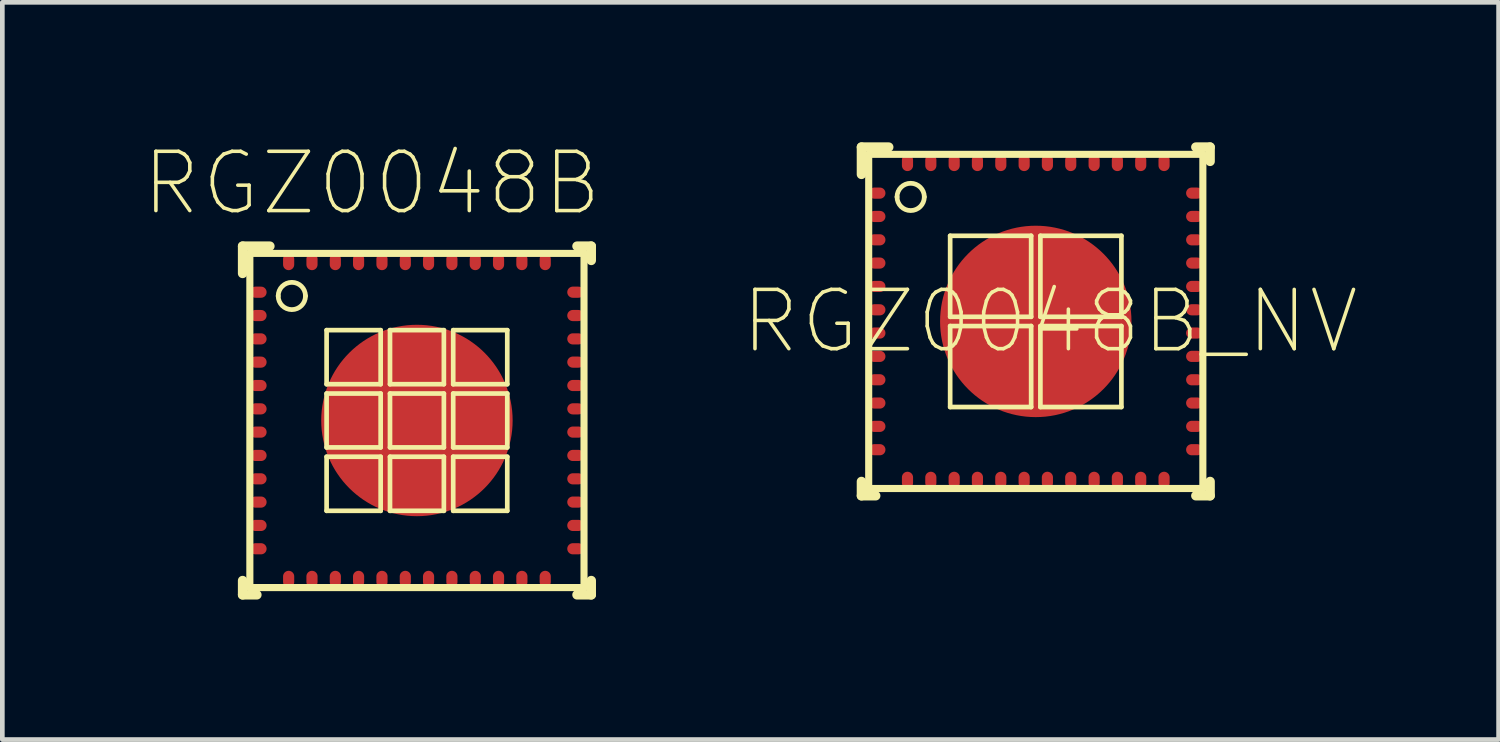
<source format=kicad_pcb>
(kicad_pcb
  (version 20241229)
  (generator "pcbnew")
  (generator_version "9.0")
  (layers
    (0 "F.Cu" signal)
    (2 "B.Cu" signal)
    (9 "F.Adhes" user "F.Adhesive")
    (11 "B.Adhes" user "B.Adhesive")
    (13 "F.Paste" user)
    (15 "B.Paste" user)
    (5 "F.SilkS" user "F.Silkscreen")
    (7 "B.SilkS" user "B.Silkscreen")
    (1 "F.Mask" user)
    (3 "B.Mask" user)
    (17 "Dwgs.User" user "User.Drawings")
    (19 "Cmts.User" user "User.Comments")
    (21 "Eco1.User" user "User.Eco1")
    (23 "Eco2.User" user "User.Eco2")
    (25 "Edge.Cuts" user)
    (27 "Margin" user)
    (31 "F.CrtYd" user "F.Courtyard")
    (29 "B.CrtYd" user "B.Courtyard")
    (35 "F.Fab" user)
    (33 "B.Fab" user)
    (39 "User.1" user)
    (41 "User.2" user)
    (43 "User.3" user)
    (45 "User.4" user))
  (footprint "RGZ0048B"
    (layer "F.Cu")
    (at 5.881 5.957)
    (property "Reference" "RGZ0048B" (at -0.965 -5.08 0) (layer "F.SilkS") (effects (font (size 1.27 1.27) (thickness 0.076))))
    (attr smd)
    (fp_line (start -3.734 -3.734) (end -3.15 -3.734) (stroke (width 0.203) (type solid)) (layer "F.SilkS"))
    (fp_line (start -3.734 -3.15) (end -3.734 -3.734) (stroke (width 0.203) (type solid)) (layer "F.SilkS"))
    (fp_line (start -3.734 3.734) (end -3.734 3.429) (stroke (width 0.203) (type solid)) (layer "F.SilkS"))
    (fp_line (start -3.734 3.734) (end -3.429 3.734) (stroke (width 0.203) (type solid)) (layer "F.SilkS"))
    (fp_line (start -3.579 -3.579) (end 3.579 -3.579) (stroke (width 0.152) (type solid)) (layer "F.SilkS"))
    (fp_line (start -3.579 3.579) (end -3.579 -3.579) (stroke (width 0.152) (type solid)) (layer "F.SilkS"))
    (fp_line (start -3.579 3.579) (end 3.579 3.579) (stroke (width 0.152) (type solid)) (layer "F.SilkS"))
    (fp_line (start -1.935 -1.935) (end -1.935 -0.777) (stroke (width 0.1) (type solid)) (layer "F.SilkS"))
    (fp_line (start -1.935 -0.777) (end -0.777 -0.777) (stroke (width 0.1) (type solid)) (layer "F.SilkS"))
    (fp_line (start -1.935 -0.577) (end -1.935 0.577) (stroke (width 0.1) (type solid)) (layer "F.SilkS"))
    (fp_line (start -1.935 0.577) (end -0.777 0.577) (stroke (width 0.1) (type solid)) (layer "F.SilkS"))
    (fp_line (start -1.935 0.777) (end -1.935 1.935) (stroke (width 0.1) (type solid)) (layer "F.SilkS"))
    (fp_line (start -1.935 1.935) (end -0.777 1.935) (stroke (width 0.1) (type solid)) (layer "F.SilkS"))
    (fp_line (start -0.777 -1.935) (end -1.935 -1.935) (stroke (width 0.1) (type solid)) (layer "F.SilkS"))
    (fp_line (start -0.777 -0.777) (end -0.777 -1.935) (stroke (width 0.1) (type solid)) (layer "F.SilkS"))
    (fp_line (start -0.777 -0.577) (end -1.935 -0.577) (stroke (width 0.1) (type solid)) (layer "F.SilkS"))
    (fp_line (start -0.777 0.577) (end -0.777 -0.577) (stroke (width 0.1) (type solid)) (layer "F.SilkS"))
    (fp_line (start -0.777 0.777) (end -1.935 0.777) (stroke (width 0.1) (type solid)) (layer "F.SilkS"))
    (fp_line (start -0.777 1.935) (end -0.777 0.777) (stroke (width 0.1) (type solid)) (layer "F.SilkS"))
    (fp_line (start -0.577 -1.935) (end -0.577 -0.777) (stroke (width 0.1) (type solid)) (layer "F.SilkS"))
    (fp_line (start -0.577 -0.777) (end 0.577 -0.777) (stroke (width 0.1) (type solid)) (layer "F.SilkS"))
    (fp_line (start -0.577 -0.577) (end -0.577 0.577) (stroke (width 0.1) (type solid)) (layer "F.SilkS"))
    (fp_line (start -0.577 0.577) (end 0.577 0.577) (stroke (width 0.1) (type solid)) (layer "F.SilkS"))
    (fp_line (start -0.577 0.777) (end -0.577 1.935) (stroke (width 0.1) (type solid)) (layer "F.SilkS"))
    (fp_line (start -0.577 1.935) (end 0.577 1.935) (stroke (width 0.1) (type solid)) (layer "F.SilkS"))
    (fp_line (start 0.577 -1.935) (end -0.577 -1.935) (stroke (width 0.1) (type solid)) (layer "F.SilkS"))
    (fp_line (start 0.577 -0.777) (end 0.577 -1.935) (stroke (width 0.1) (type solid)) (layer "F.SilkS"))
    (fp_line (start 0.577 -0.577) (end -0.577 -0.577) (stroke (width 0.1) (type solid)) (layer "F.SilkS"))
    (fp_line (start 0.577 0.577) (end 0.577 -0.577) (stroke (width 0.1) (type solid)) (layer "F.SilkS"))
    (fp_line (start 0.577 0.777) (end -0.577 0.777) (stroke (width 0.1) (type solid)) (layer "F.SilkS"))
    (fp_line (start 0.577 1.935) (end 0.577 0.777) (stroke (width 0.1) (type solid)) (layer "F.SilkS"))
    (fp_line (start 0.777 -1.935) (end 0.777 -0.777) (stroke (width 0.1) (type solid)) (layer "F.SilkS"))
    (fp_line (start 0.777 -0.777) (end 1.935 -0.777) (stroke (width 0.1) (type solid)) (layer "F.SilkS"))
    (fp_line (start 0.777 -0.577) (end 0.777 0.577) (stroke (width 0.1) (type solid)) (layer "F.SilkS"))
    (fp_line (start 0.777 0.577) (end 1.935 0.577) (stroke (width 0.1) (type solid)) (layer "F.SilkS"))
    (fp_line (start 0.777 0.777) (end 0.777 1.935) (stroke (width 0.1) (type solid)) (layer "F.SilkS"))
    (fp_line (start 0.777 1.935) (end 1.935 1.935) (stroke (width 0.1) (type solid)) (layer "F.SilkS"))
    (fp_line (start 1.935 -1.935) (end 0.777 -1.935) (stroke (width 0.1) (type solid)) (layer "F.SilkS"))
    (fp_line (start 1.935 -0.777) (end 1.935 -1.935) (stroke (width 0.1) (type solid)) (layer "F.SilkS"))
    (fp_line (start 1.935 -0.577) (end 0.777 -0.577) (stroke (width 0.1) (type solid)) (layer "F.SilkS"))
    (fp_line (start 1.935 0.577) (end 1.935 -0.577) (stroke (width 0.1) (type solid)) (layer "F.SilkS"))
    (fp_line (start 1.935 0.777) (end 0.777 0.777) (stroke (width 0.1) (type solid)) (layer "F.SilkS"))
    (fp_line (start 1.935 1.935) (end 1.935 0.777) (stroke (width 0.1) (type solid)) (layer "F.SilkS"))
    (fp_line (start 3.429 -3.734) (end 3.734 -3.734) (stroke (width 0.203) (type solid)) (layer "F.SilkS"))
    (fp_line (start 3.429 3.734) (end 3.734 3.734) (stroke (width 0.203) (type solid)) (layer "F.SilkS"))
    (fp_line (start 3.579 3.579) (end 3.579 -3.579) (stroke (width 0.152) (type solid)) (layer "F.SilkS"))
    (fp_line (start 3.734 -3.429) (end 3.734 -3.734) (stroke (width 0.203) (type solid)) (layer "F.SilkS"))
    (fp_line (start 3.734 3.734) (end 3.734 3.429) (stroke (width 0.203) (type solid)) (layer "F.SilkS"))
    (fp_arc (start -2.9718 -2.667) (mid -2.6797 -2.9591) (end -2.3876 -2.667) (stroke (width 0.1016) (type solid)) (layer "F.SilkS"))
    (fp_arc (start -2.3876 -2.667) (mid -2.6797 -2.3749) (end -2.9718 -2.667) (stroke (width 0.1016) (type solid)) (layer "F.SilkS"))
    (pad "1" smd oval (at -3.399 -2.748 180) (size 0.358 0.239) (layers "F.Cu" "F.Mask" "F.Paste"))
    (pad "2" smd oval (at -3.399 -2.248 180) (size 0.358 0.239) (layers "F.Cu" "F.Mask" "F.Paste"))
    (pad "3" smd oval (at -3.399 -1.748 180) (size 0.358 0.239) (layers "F.Cu" "F.Mask" "F.Paste"))
    (pad "4" smd oval (at -3.399 -1.25 180) (size 0.358 0.239) (layers "F.Cu" "F.Mask" "F.Paste"))
    (pad "5" smd oval (at -3.399 -0.749 180) (size 0.358 0.239) (layers "F.Cu" "F.Mask" "F.Paste"))
    (pad "6" smd oval (at -3.399 -0.249 180) (size 0.358 0.239) (layers "F.Cu" "F.Mask" "F.Paste"))
    (pad "7" smd oval (at -3.399 0.249 180) (size 0.358 0.239) (layers "F.Cu" "F.Mask" "F.Paste"))
    (pad "8" smd oval (at -3.399 0.749 180) (size 0.358 0.239) (layers "F.Cu" "F.Mask" "F.Paste"))
    (pad "9" smd oval (at -3.399 1.25 180) (size 0.358 0.239) (layers "F.Cu" "F.Mask" "F.Paste"))
    (pad "10" smd oval (at -3.399 1.748 180) (size 0.358 0.239) (layers "F.Cu" "F.Mask" "F.Paste"))
    (pad "11" smd oval (at -3.399 2.248 180) (size 0.358 0.239) (layers "F.Cu" "F.Mask" "F.Paste"))
    (pad "12" smd oval (at -3.399 2.748 180) (size 0.358 0.239) (layers "F.Cu" "F.Mask" "F.Paste"))
    (pad "13" smd oval (at -2.748 3.399 90) (size 0.358 0.239) (layers "F.Cu" "F.Mask" "F.Paste"))
    (pad "14" smd oval (at -2.248 3.399 90) (size 0.358 0.239) (layers "F.Cu" "F.Mask" "F.Paste"))
    (pad "15" smd oval (at -1.748 3.399 90) (size 0.358 0.239) (layers "F.Cu" "F.Mask" "F.Paste"))
    (pad "16" smd oval (at -1.25 3.399 90) (size 0.358 0.239) (layers "F.Cu" "F.Mask" "F.Paste"))
    (pad "17" smd oval (at -0.749 3.399 90) (size 0.358 0.239) (layers "F.Cu" "F.Mask" "F.Paste"))
    (pad "18" smd oval (at -0.249 3.399 90) (size 0.358 0.239) (layers "F.Cu" "F.Mask" "F.Paste"))
    (pad "19" smd oval (at 0.249 3.399 90) (size 0.358 0.239) (layers "F.Cu" "F.Mask" "F.Paste"))
    (pad "20" smd oval (at 0.749 3.399 90) (size 0.358 0.239) (layers "F.Cu" "F.Mask" "F.Paste"))
    (pad "21" smd oval (at 1.25 3.399 90) (size 0.358 0.239) (layers "F.Cu" "F.Mask" "F.Paste"))
    (pad "22" smd oval (at 1.748 3.399 90) (size 0.358 0.239) (layers "F.Cu" "F.Mask" "F.Paste"))
    (pad "23" smd oval (at 2.248 3.399 90) (size 0.358 0.239) (layers "F.Cu" "F.Mask" "F.Paste"))
    (pad "24" smd oval (at 2.748 3.399 90) (size 0.358 0.239) (layers "F.Cu" "F.Mask" "F.Paste"))
    (pad "25" smd oval (at 3.399 2.748 180) (size 0.358 0.239) (layers "F.Cu" "F.Mask" "F.Paste"))
    (pad "26" smd oval (at 3.399 2.248 180) (size 0.358 0.239) (layers "F.Cu" "F.Mask" "F.Paste"))
    (pad "27" smd oval (at 3.399 1.748 180) (size 0.358 0.239) (layers "F.Cu" "F.Mask" "F.Paste"))
    (pad "28" smd oval (at 3.399 1.25 180) (size 0.358 0.239) (layers "F.Cu" "F.Mask" "F.Paste"))
    (pad "29" smd oval (at 3.399 0.749 180) (size 0.358 0.239) (layers "F.Cu" "F.Mask" "F.Paste"))
    (pad "30" smd oval (at 3.399 0.249 180) (size 0.358 0.239) (layers "F.Cu" "F.Mask" "F.Paste"))
    (pad "31" smd oval (at 3.399 -0.249 180) (size 0.358 0.239) (layers "F.Cu" "F.Mask" "F.Paste"))
    (pad "32" smd oval (at 3.399 -0.749 180) (size 0.358 0.239) (layers "F.Cu" "F.Mask" "F.Paste"))
    (pad "33" smd oval (at 3.399 -1.25 180) (size 0.358 0.239) (layers "F.Cu" "F.Mask" "F.Paste"))
    (pad "34" smd oval (at 3.399 -1.748 180) (size 0.358 0.239) (layers "F.Cu" "F.Mask" "F.Paste"))
    (pad "35" smd oval (at 3.399 -2.248 180) (size 0.358 0.239) (layers "F.Cu" "F.Mask" "F.Paste"))
    (pad "36" smd oval (at 3.399 -2.748 180) (size 0.358 0.239) (layers "F.Cu" "F.Mask" "F.Paste"))
    (pad "37" smd oval (at 2.748 -3.399 90) (size 0.358 0.239) (layers "F.Cu" "F.Mask" "F.Paste"))
    (pad "38" smd oval (at 2.248 -3.399 90) (size 0.358 0.239) (layers "F.Cu" "F.Mask" "F.Paste"))
    (pad "39" smd oval (at 1.748 -3.399 90) (size 0.358 0.239) (layers "F.Cu" "F.Mask" "F.Paste"))
    (pad "40" smd oval (at 1.25 -3.399 90) (size 0.358 0.239) (layers "F.Cu" "F.Mask" "F.Paste"))
    (pad "41" smd oval (at 0.749 -3.399 90) (size 0.358 0.239) (layers "F.Cu" "F.Mask" "F.Paste"))
    (pad "42" smd oval (at 0.249 -3.399 90) (size 0.358 0.239) (layers "F.Cu" "F.Mask" "F.Paste"))
    (pad "43" smd oval (at -0.249 -3.399 90) (size 0.358 0.239) (layers "F.Cu" "F.Mask" "F.Paste"))
    (pad "44" smd oval (at -0.749 -3.399 90) (size 0.358 0.239) (layers "F.Cu" "F.Mask" "F.Paste"))
    (pad "45" smd oval (at -1.25 -3.399 90) (size 0.358 0.239) (layers "F.Cu" "F.Mask" "F.Paste"))
    (pad "46" smd oval (at -1.748 -3.399 90) (size 0.358 0.239) (layers "F.Cu" "F.Mask" "F.Paste"))
    (pad "47" smd oval (at -2.248 -3.399 90) (size 0.358 0.239) (layers "F.Cu" "F.Mask" "F.Paste"))
    (pad "48" smd oval (at -2.748 -3.399 90) (size 0.358 0.239) (layers "F.Cu" "F.Mask" "F.Paste"))
    (pad "49" smd oval (at 0 0) (size 4.1 4.1) (layers "F.Cu" "F.Mask" "F.Paste")))
  (footprint "RGZ0048B_NV"
    (layer "F.Cu")
    (at 19.137 3.835)
    (property "Reference" "RGZ0048B_NV" (at 0.305 0 0) (layer "F.SilkS") (effects (font (size 1.27 1.27) (thickness 0.076))))
    (attr smd)
    (fp_line (start -3.734 -3.734) (end -3.15 -3.734) (stroke (width 0.203) (type solid)) (layer "F.SilkS"))
    (fp_line (start -3.734 -3.15) (end -3.734 -3.734) (stroke (width 0.203) (type solid)) (layer "F.SilkS"))
    (fp_line (start -3.734 3.734) (end -3.734 3.429) (stroke (width 0.203) (type solid)) (layer "F.SilkS"))
    (fp_line (start -3.734 3.734) (end -3.429 3.734) (stroke (width 0.203) (type solid)) (layer "F.SilkS"))
    (fp_line (start -3.579 -3.579) (end 3.579 -3.579) (stroke (width 0.152) (type solid)) (layer "F.SilkS"))
    (fp_line (start -3.579 3.579) (end -3.579 -3.579) (stroke (width 0.152) (type solid)) (layer "F.SilkS"))
    (fp_line (start -3.579 3.579) (end 3.579 3.579) (stroke (width 0.152) (type solid)) (layer "F.SilkS"))
    (fp_line (start -1.834 -1.834) (end -1.834 -0.099) (stroke (width 0.1) (type solid)) (layer "F.SilkS"))
    (fp_line (start -1.834 -0.099) (end -0.099 -0.099) (stroke (width 0.1) (type solid)) (layer "F.SilkS"))
    (fp_line (start -1.834 0.099) (end -1.834 1.834) (stroke (width 0.1) (type solid)) (layer "F.SilkS"))
    (fp_line (start -1.834 1.834) (end -0.099 1.834) (stroke (width 0.1) (type solid)) (layer "F.SilkS"))
    (fp_line (start -0.099 -1.834) (end -1.834 -1.834) (stroke (width 0.1) (type solid)) (layer "F.SilkS"))
    (fp_line (start -0.099 -0.099) (end -0.099 -1.834) (stroke (width 0.1) (type solid)) (layer "F.SilkS"))
    (fp_line (start -0.099 0.099) (end -1.834 0.099) (stroke (width 0.1) (type solid)) (layer "F.SilkS"))
    (fp_line (start -0.099 1.834) (end -0.099 0.099) (stroke (width 0.1) (type solid)) (layer "F.SilkS"))
    (fp_line (start 0.099 -1.834) (end 0.099 -0.099) (stroke (width 0.1) (type solid)) (layer "F.SilkS"))
    (fp_line (start 0.099 -0.099) (end 1.834 -0.099) (stroke (width 0.1) (type solid)) (layer "F.SilkS"))
    (fp_line (start 0.099 0.099) (end 0.099 1.834) (stroke (width 0.1) (type solid)) (layer "F.SilkS"))
    (fp_line (start 0.099 1.834) (end 1.834 1.834) (stroke (width 0.1) (type solid)) (layer "F.SilkS"))
    (fp_line (start 1.834 -1.834) (end 0.099 -1.834) (stroke (width 0.1) (type solid)) (layer "F.SilkS"))
    (fp_line (start 1.834 -0.099) (end 1.834 -1.834) (stroke (width 0.1) (type solid)) (layer "F.SilkS"))
    (fp_line (start 1.834 0.099) (end 0.099 0.099) (stroke (width 0.1) (type solid)) (layer "F.SilkS"))
    (fp_line (start 1.834 1.834) (end 1.834 0.099) (stroke (width 0.1) (type solid)) (layer "F.SilkS"))
    (fp_line (start 3.429 -3.734) (end 3.734 -3.734) (stroke (width 0.203) (type solid)) (layer "F.SilkS"))
    (fp_line (start 3.429 3.734) (end 3.734 3.734) (stroke (width 0.203) (type solid)) (layer "F.SilkS"))
    (fp_line (start 3.579 3.579) (end 3.579 -3.579) (stroke (width 0.152) (type solid)) (layer "F.SilkS"))
    (fp_line (start 3.734 -3.429) (end 3.734 -3.734) (stroke (width 0.203) (type solid)) (layer "F.SilkS"))
    (fp_line (start 3.734 3.734) (end 3.734 3.429) (stroke (width 0.203) (type solid)) (layer "F.SilkS"))
    (fp_arc (start -2.9718 -2.667) (mid -2.6797 -2.9591) (end -2.3876 -2.667) (stroke (width 0.1016) (type solid)) (layer "F.SilkS"))
    (fp_arc (start -2.3876 -2.667) (mid -2.6797 -2.3749) (end -2.9718 -2.667) (stroke (width 0.1016) (type solid)) (layer "F.SilkS"))
    (pad "1" smd oval (at -3.399 -2.748 180) (size 0.358 0.239) (layers "F.Cu" "F.Mask" "F.Paste"))
    (pad "2" smd oval (at -3.399 -2.248 180) (size 0.358 0.239) (layers "F.Cu" "F.Mask" "F.Paste"))
    (pad "3" smd oval (at -3.399 -1.748 180) (size 0.358 0.239) (layers "F.Cu" "F.Mask" "F.Paste"))
    (pad "4" smd oval (at -3.399 -1.25 180) (size 0.358 0.239) (layers "F.Cu" "F.Mask" "F.Paste"))
    (pad "5" smd oval (at -3.399 -0.749 180) (size 0.358 0.239) (layers "F.Cu" "F.Mask" "F.Paste"))
    (pad "6" smd oval (at -3.399 -0.249 180) (size 0.358 0.239) (layers "F.Cu" "F.Mask" "F.Paste"))
    (pad "7" smd oval (at -3.399 0.249 180) (size 0.358 0.239) (layers "F.Cu" "F.Mask" "F.Paste"))
    (pad "8" smd oval (at -3.399 0.749 180) (size 0.358 0.239) (layers "F.Cu" "F.Mask" "F.Paste"))
    (pad "9" smd oval (at -3.399 1.25 180) (size 0.358 0.239) (layers "F.Cu" "F.Mask" "F.Paste"))
    (pad "10" smd oval (at -3.399 1.748 180) (size 0.358 0.239) (layers "F.Cu" "F.Mask" "F.Paste"))
    (pad "11" smd oval (at -3.399 2.248 180) (size 0.358 0.239) (layers "F.Cu" "F.Mask" "F.Paste"))
    (pad "12" smd oval (at -3.399 2.748 180) (size 0.358 0.239) (layers "F.Cu" "F.Mask" "F.Paste"))
    (pad "13" smd oval (at -2.748 3.399 90) (size 0.358 0.239) (layers "F.Cu" "F.Mask" "F.Paste"))
    (pad "14" smd oval (at -2.248 3.399 90) (size 0.358 0.239) (layers "F.Cu" "F.Mask" "F.Paste"))
    (pad "15" smd oval (at -1.748 3.399 90) (size 0.358 0.239) (layers "F.Cu" "F.Mask" "F.Paste"))
    (pad "16" smd oval (at -1.25 3.399 90) (size 0.358 0.239) (layers "F.Cu" "F.Mask" "F.Paste"))
    (pad "17" smd oval (at -0.749 3.399 90) (size 0.358 0.239) (layers "F.Cu" "F.Mask" "F.Paste"))
    (pad "18" smd oval (at -0.249 3.399 90) (size 0.358 0.239) (layers "F.Cu" "F.Mask" "F.Paste"))
    (pad "19" smd oval (at 0.249 3.399 90) (size 0.358 0.239) (layers "F.Cu" "F.Mask" "F.Paste"))
    (pad "20" smd oval (at 0.749 3.399 90) (size 0.358 0.239) (layers "F.Cu" "F.Mask" "F.Paste"))
    (pad "21" smd oval (at 1.25 3.399 90) (size 0.358 0.239) (layers "F.Cu" "F.Mask" "F.Paste"))
    (pad "22" smd oval (at 1.748 3.399 90) (size 0.358 0.239) (layers "F.Cu" "F.Mask" "F.Paste"))
    (pad "23" smd oval (at 2.248 3.399 90) (size 0.358 0.239) (layers "F.Cu" "F.Mask" "F.Paste"))
    (pad "24" smd oval (at 2.748 3.399 90) (size 0.358 0.239) (layers "F.Cu" "F.Mask" "F.Paste"))
    (pad "25" smd oval (at 3.399 2.748 180) (size 0.358 0.239) (layers "F.Cu" "F.Mask" "F.Paste"))
    (pad "26" smd oval (at 3.399 2.248 180) (size 0.358 0.239) (layers "F.Cu" "F.Mask" "F.Paste"))
    (pad "27" smd oval (at 3.399 1.748 180) (size 0.358 0.239) (layers "F.Cu" "F.Mask" "F.Paste"))
    (pad "28" smd oval (at 3.399 1.25 180) (size 0.358 0.239) (layers "F.Cu" "F.Mask" "F.Paste"))
    (pad "29" smd oval (at 3.399 0.749 180) (size 0.358 0.239) (layers "F.Cu" "F.Mask" "F.Paste"))
    (pad "30" smd oval (at 3.399 0.249 180) (size 0.358 0.239) (layers "F.Cu" "F.Mask" "F.Paste"))
    (pad "31" smd oval (at 3.399 -0.249 180) (size 0.358 0.239) (layers "F.Cu" "F.Mask" "F.Paste"))
    (pad "32" smd oval (at 3.399 -0.749 180) (size 0.358 0.239) (layers "F.Cu" "F.Mask" "F.Paste"))
    (pad "33" smd oval (at 3.399 -1.25 180) (size 0.358 0.239) (layers "F.Cu" "F.Mask" "F.Paste"))
    (pad "34" smd oval (at 3.399 -1.748 180) (size 0.358 0.239) (layers "F.Cu" "F.Mask" "F.Paste"))
    (pad "35" smd oval (at 3.399 -2.248 180) (size 0.358 0.239) (layers "F.Cu" "F.Mask" "F.Paste"))
    (pad "36" smd oval (at 3.399 -2.748 180) (size 0.358 0.239) (layers "F.Cu" "F.Mask" "F.Paste"))
    (pad "37" smd oval (at 2.748 -3.399 90) (size 0.358 0.239) (layers "F.Cu" "F.Mask" "F.Paste"))
    (pad "38" smd oval (at 2.248 -3.399 90) (size 0.358 0.239) (layers "F.Cu" "F.Mask" "F.Paste"))
    (pad "39" smd oval (at 1.748 -3.399 90) (size 0.358 0.239) (layers "F.Cu" "F.Mask" "F.Paste"))
    (pad "40" smd oval (at 1.25 -3.399 90) (size 0.358 0.239) (layers "F.Cu" "F.Mask" "F.Paste"))
    (pad "41" smd oval (at 0.749 -3.399 90) (size 0.358 0.239) (layers "F.Cu" "F.Mask" "F.Paste"))
    (pad "42" smd oval (at 0.249 -3.399 90) (size 0.358 0.239) (layers "F.Cu" "F.Mask" "F.Paste"))
    (pad "43" smd oval (at -0.249 -3.399 90) (size 0.358 0.239) (layers "F.Cu" "F.Mask" "F.Paste"))
    (pad "44" smd oval (at -0.749 -3.399 90) (size 0.358 0.239) (layers "F.Cu" "F.Mask" "F.Paste"))
    (pad "45" smd oval (at -1.25 -3.399 90) (size 0.358 0.239) (layers "F.Cu" "F.Mask" "F.Paste"))
    (pad "46" smd oval (at -1.748 -3.399 90) (size 0.358 0.239) (layers "F.Cu" "F.Mask" "F.Paste"))
    (pad "47" smd oval (at -2.248 -3.399 90) (size 0.358 0.239) (layers "F.Cu" "F.Mask" "F.Paste"))
    (pad "48" smd oval (at -2.748 -3.399 90) (size 0.358 0.239) (layers "F.Cu" "F.Mask" "F.Paste"))
    (pad "49" smd oval (at 0 0) (size 4.1 4.1) (layers "F.Cu" "F.Mask" "F.Paste")))
  (gr_rect
    (start -3 -3)
    (end 29.051 12.792)
    (stroke (width 0.1) (type default))
    (fill no)
    (layer "Edge.Cuts")))
</source>
